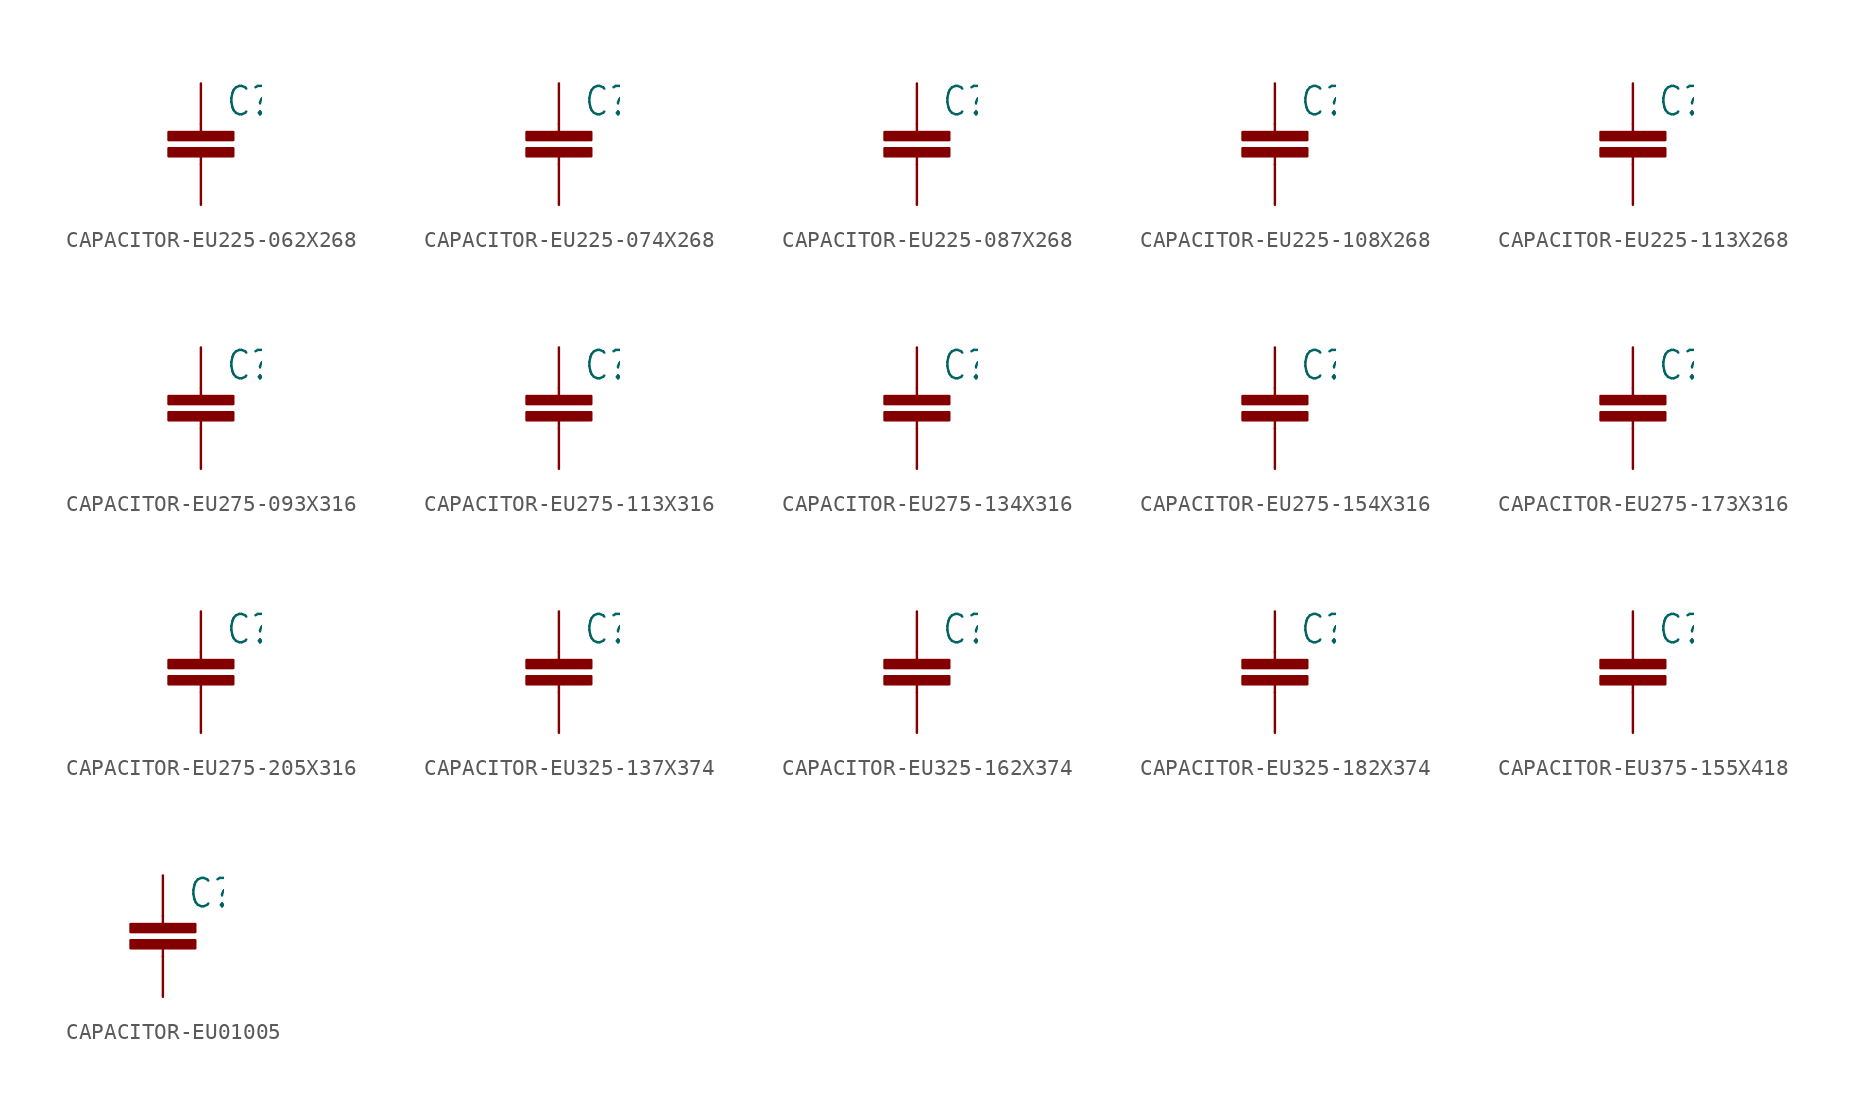
<source format=kicad_sym>
(kicad_symbol_lib
  (version 20231120)
  (generator "kicad_symbol_editor")
  (generator_version "8.0")
  (symbol "CAPACITOR-EU225-062X268"
    (property "Reference" "C"
      (at 1.524 0.381 0)
      (effects (font (size 1.778 1.511)) (justify left bottom)))
    (property "Value" ""
      (at 1.524 -4.699 0)
      (effects (font (size 1.778 1.511)) (justify left bottom)))
    (property "ki_locked" ""
      (at 0 0 0)
      (effects (font (size 1.27 1.27))))
    (symbol "CAPACITOR-EU225-062X268_1_0"
      (rectangle (start -2.032 -2.032) (end 2.032 -1.524) (stroke (width 0) (type default)) (fill (type outline)))
      (rectangle (start -2.032 -1.016) (end 2.032 -0.508) (stroke (width 0) (type default)) (fill (type outline)))
      (polyline (pts (xy 0 -2.54) (xy 0 -2.032)) (stroke (width 0.152) (type solid)) (fill (type none)))
      (polyline (pts (xy 0 0) (xy 0 -0.508)) (stroke (width 0.152) (type solid)) (fill (type none)))
      (pin passive line (at 0 2.54 270) (length 2.54) (name "1" (effects (font (size 0 0)))) (number "1" (effects (font (size 0 0)))))
      (pin passive line (at 0 -5.08 90) (length 2.54) (name "2" (effects (font (size 0 0)))) (number "2" (effects (font (size 0 0)))))))
  (symbol "CAPACITOR-EU225-074X268"
    (property "Reference" "C"
      (at 1.524 0.381 0)
      (effects (font (size 1.778 1.511)) (justify left bottom)))
    (property "Value" ""
      (at 1.524 -4.699 0)
      (effects (font (size 1.778 1.511)) (justify left bottom)))
    (property "ki_locked" ""
      (at 0 0 0)
      (effects (font (size 1.27 1.27))))
    (symbol "CAPACITOR-EU225-074X268_1_0"
      (rectangle (start -2.032 -2.032) (end 2.032 -1.524) (stroke (width 0) (type default)) (fill (type outline)))
      (rectangle (start -2.032 -1.016) (end 2.032 -0.508) (stroke (width 0) (type default)) (fill (type outline)))
      (polyline (pts (xy 0 -2.54) (xy 0 -2.032)) (stroke (width 0.152) (type solid)) (fill (type none)))
      (polyline (pts (xy 0 0) (xy 0 -0.508)) (stroke (width 0.152) (type solid)) (fill (type none)))
      (pin passive line (at 0 2.54 270) (length 2.54) (name "1" (effects (font (size 0 0)))) (number "1" (effects (font (size 0 0)))))
      (pin passive line (at 0 -5.08 90) (length 2.54) (name "2" (effects (font (size 0 0)))) (number "2" (effects (font (size 0 0)))))))
  (symbol "CAPACITOR-EU225-087X268"
    (property "Reference" "C"
      (at 1.524 0.381 0)
      (effects (font (size 1.778 1.511)) (justify left bottom)))
    (property "Value" ""
      (at 1.524 -4.699 0)
      (effects (font (size 1.778 1.511)) (justify left bottom)))
    (property "ki_locked" ""
      (at 0 0 0)
      (effects (font (size 1.27 1.27))))
    (symbol "CAPACITOR-EU225-087X268_1_0"
      (rectangle (start -2.032 -2.032) (end 2.032 -1.524) (stroke (width 0) (type default)) (fill (type outline)))
      (rectangle (start -2.032 -1.016) (end 2.032 -0.508) (stroke (width 0) (type default)) (fill (type outline)))
      (polyline (pts (xy 0 -2.54) (xy 0 -2.032)) (stroke (width 0.152) (type solid)) (fill (type none)))
      (polyline (pts (xy 0 0) (xy 0 -0.508)) (stroke (width 0.152) (type solid)) (fill (type none)))
      (pin passive line (at 0 2.54 270) (length 2.54) (name "1" (effects (font (size 0 0)))) (number "1" (effects (font (size 0 0)))))
      (pin passive line (at 0 -5.08 90) (length 2.54) (name "2" (effects (font (size 0 0)))) (number "2" (effects (font (size 0 0)))))))
  (symbol "CAPACITOR-EU225-108X268"
    (property "Reference" "C"
      (at 1.524 0.381 0)
      (effects (font (size 1.778 1.511)) (justify left bottom)))
    (property "Value" ""
      (at 1.524 -4.699 0)
      (effects (font (size 1.778 1.511)) (justify left bottom)))
    (property "ki_locked" ""
      (at 0 0 0)
      (effects (font (size 1.27 1.27))))
    (symbol "CAPACITOR-EU225-108X268_1_0"
      (rectangle (start -2.032 -2.032) (end 2.032 -1.524) (stroke (width 0) (type default)) (fill (type outline)))
      (rectangle (start -2.032 -1.016) (end 2.032 -0.508) (stroke (width 0) (type default)) (fill (type outline)))
      (polyline (pts (xy 0 -2.54) (xy 0 -2.032)) (stroke (width 0.152) (type solid)) (fill (type none)))
      (polyline (pts (xy 0 0) (xy 0 -0.508)) (stroke (width 0.152) (type solid)) (fill (type none)))
      (pin passive line (at 0 2.54 270) (length 2.54) (name "1" (effects (font (size 0 0)))) (number "1" (effects (font (size 0 0)))))
      (pin passive line (at 0 -5.08 90) (length 2.54) (name "2" (effects (font (size 0 0)))) (number "2" (effects (font (size 0 0)))))))
  (symbol "CAPACITOR-EU225-113X268"
    (property "Reference" "C"
      (at 1.524 0.381 0)
      (effects (font (size 1.778 1.511)) (justify left bottom)))
    (property "Value" ""
      (at 1.524 -4.699 0)
      (effects (font (size 1.778 1.511)) (justify left bottom)))
    (property "ki_locked" ""
      (at 0 0 0)
      (effects (font (size 1.27 1.27))))
    (symbol "CAPACITOR-EU225-113X268_1_0"
      (rectangle (start -2.032 -2.032) (end 2.032 -1.524) (stroke (width 0) (type default)) (fill (type outline)))
      (rectangle (start -2.032 -1.016) (end 2.032 -0.508) (stroke (width 0) (type default)) (fill (type outline)))
      (polyline (pts (xy 0 -2.54) (xy 0 -2.032)) (stroke (width 0.152) (type solid)) (fill (type none)))
      (polyline (pts (xy 0 0) (xy 0 -0.508)) (stroke (width 0.152) (type solid)) (fill (type none)))
      (pin passive line (at 0 2.54 270) (length 2.54) (name "1" (effects (font (size 0 0)))) (number "1" (effects (font (size 0 0)))))
      (pin passive line (at 0 -5.08 90) (length 2.54) (name "2" (effects (font (size 0 0)))) (number "2" (effects (font (size 0 0)))))))
  (symbol "CAPACITOR-EU275-093X316"
    (property "Reference" "C"
      (at 1.524 0.381 0)
      (effects (font (size 1.778 1.511)) (justify left bottom)))
    (property "Value" ""
      (at 1.524 -4.699 0)
      (effects (font (size 1.778 1.511)) (justify left bottom)))
    (property "ki_locked" ""
      (at 0 0 0)
      (effects (font (size 1.27 1.27))))
    (symbol "CAPACITOR-EU275-093X316_1_0"
      (rectangle (start -2.032 -2.032) (end 2.032 -1.524) (stroke (width 0) (type default)) (fill (type outline)))
      (rectangle (start -2.032 -1.016) (end 2.032 -0.508) (stroke (width 0) (type default)) (fill (type outline)))
      (polyline (pts (xy 0 -2.54) (xy 0 -2.032)) (stroke (width 0.152) (type solid)) (fill (type none)))
      (polyline (pts (xy 0 0) (xy 0 -0.508)) (stroke (width 0.152) (type solid)) (fill (type none)))
      (pin passive line (at 0 2.54 270) (length 2.54) (name "1" (effects (font (size 0 0)))) (number "1" (effects (font (size 0 0)))))
      (pin passive line (at 0 -5.08 90) (length 2.54) (name "2" (effects (font (size 0 0)))) (number "2" (effects (font (size 0 0)))))))
  (symbol "CAPACITOR-EU275-113X316"
    (property "Reference" "C"
      (at 1.524 0.381 0)
      (effects (font (size 1.778 1.511)) (justify left bottom)))
    (property "Value" ""
      (at 1.524 -4.699 0)
      (effects (font (size 1.778 1.511)) (justify left bottom)))
    (property "ki_locked" ""
      (at 0 0 0)
      (effects (font (size 1.27 1.27))))
    (symbol "CAPACITOR-EU275-113X316_1_0"
      (rectangle (start -2.032 -2.032) (end 2.032 -1.524) (stroke (width 0) (type default)) (fill (type outline)))
      (rectangle (start -2.032 -1.016) (end 2.032 -0.508) (stroke (width 0) (type default)) (fill (type outline)))
      (polyline (pts (xy 0 -2.54) (xy 0 -2.032)) (stroke (width 0.152) (type solid)) (fill (type none)))
      (polyline (pts (xy 0 0) (xy 0 -0.508)) (stroke (width 0.152) (type solid)) (fill (type none)))
      (pin passive line (at 0 2.54 270) (length 2.54) (name "1" (effects (font (size 0 0)))) (number "1" (effects (font (size 0 0)))))
      (pin passive line (at 0 -5.08 90) (length 2.54) (name "2" (effects (font (size 0 0)))) (number "2" (effects (font (size 0 0)))))))
  (symbol "CAPACITOR-EU275-134X316"
    (property "Reference" "C"
      (at 1.524 0.381 0)
      (effects (font (size 1.778 1.511)) (justify left bottom)))
    (property "Value" ""
      (at 1.524 -4.699 0)
      (effects (font (size 1.778 1.511)) (justify left bottom)))
    (property "ki_locked" ""
      (at 0 0 0)
      (effects (font (size 1.27 1.27))))
    (symbol "CAPACITOR-EU275-134X316_1_0"
      (rectangle (start -2.032 -2.032) (end 2.032 -1.524) (stroke (width 0) (type default)) (fill (type outline)))
      (rectangle (start -2.032 -1.016) (end 2.032 -0.508) (stroke (width 0) (type default)) (fill (type outline)))
      (polyline (pts (xy 0 -2.54) (xy 0 -2.032)) (stroke (width 0.152) (type solid)) (fill (type none)))
      (polyline (pts (xy 0 0) (xy 0 -0.508)) (stroke (width 0.152) (type solid)) (fill (type none)))
      (pin passive line (at 0 2.54 270) (length 2.54) (name "1" (effects (font (size 0 0)))) (number "1" (effects (font (size 0 0)))))
      (pin passive line (at 0 -5.08 90) (length 2.54) (name "2" (effects (font (size 0 0)))) (number "2" (effects (font (size 0 0)))))))
  (symbol "CAPACITOR-EU275-154X316"
    (property "Reference" "C"
      (at 1.524 0.381 0)
      (effects (font (size 1.778 1.511)) (justify left bottom)))
    (property "Value" ""
      (at 1.524 -4.699 0)
      (effects (font (size 1.778 1.511)) (justify left bottom)))
    (property "ki_locked" ""
      (at 0 0 0)
      (effects (font (size 1.27 1.27))))
    (symbol "CAPACITOR-EU275-154X316_1_0"
      (rectangle (start -2.032 -2.032) (end 2.032 -1.524) (stroke (width 0) (type default)) (fill (type outline)))
      (rectangle (start -2.032 -1.016) (end 2.032 -0.508) (stroke (width 0) (type default)) (fill (type outline)))
      (polyline (pts (xy 0 -2.54) (xy 0 -2.032)) (stroke (width 0.152) (type solid)) (fill (type none)))
      (polyline (pts (xy 0 0) (xy 0 -0.508)) (stroke (width 0.152) (type solid)) (fill (type none)))
      (pin passive line (at 0 2.54 270) (length 2.54) (name "1" (effects (font (size 0 0)))) (number "1" (effects (font (size 0 0)))))
      (pin passive line (at 0 -5.08 90) (length 2.54) (name "2" (effects (font (size 0 0)))) (number "2" (effects (font (size 0 0)))))))
  (symbol "CAPACITOR-EU275-173X316"
    (property "Reference" "C"
      (at 1.524 0.381 0)
      (effects (font (size 1.778 1.511)) (justify left bottom)))
    (property "Value" ""
      (at 1.524 -4.699 0)
      (effects (font (size 1.778 1.511)) (justify left bottom)))
    (property "ki_locked" ""
      (at 0 0 0)
      (effects (font (size 1.27 1.27))))
    (symbol "CAPACITOR-EU275-173X316_1_0"
      (rectangle (start -2.032 -2.032) (end 2.032 -1.524) (stroke (width 0) (type default)) (fill (type outline)))
      (rectangle (start -2.032 -1.016) (end 2.032 -0.508) (stroke (width 0) (type default)) (fill (type outline)))
      (polyline (pts (xy 0 -2.54) (xy 0 -2.032)) (stroke (width 0.152) (type solid)) (fill (type none)))
      (polyline (pts (xy 0 0) (xy 0 -0.508)) (stroke (width 0.152) (type solid)) (fill (type none)))
      (pin passive line (at 0 2.54 270) (length 2.54) (name "1" (effects (font (size 0 0)))) (number "1" (effects (font (size 0 0)))))
      (pin passive line (at 0 -5.08 90) (length 2.54) (name "2" (effects (font (size 0 0)))) (number "2" (effects (font (size 0 0)))))))
  (symbol "CAPACITOR-EU275-205X316"
    (property "Reference" "C"
      (at 1.524 0.381 0)
      (effects (font (size 1.778 1.511)) (justify left bottom)))
    (property "Value" ""
      (at 1.524 -4.699 0)
      (effects (font (size 1.778 1.511)) (justify left bottom)))
    (property "ki_locked" ""
      (at 0 0 0)
      (effects (font (size 1.27 1.27))))
    (symbol "CAPACITOR-EU275-205X316_1_0"
      (rectangle (start -2.032 -2.032) (end 2.032 -1.524) (stroke (width 0) (type default)) (fill (type outline)))
      (rectangle (start -2.032 -1.016) (end 2.032 -0.508) (stroke (width 0) (type default)) (fill (type outline)))
      (polyline (pts (xy 0 -2.54) (xy 0 -2.032)) (stroke (width 0.152) (type solid)) (fill (type none)))
      (polyline (pts (xy 0 0) (xy 0 -0.508)) (stroke (width 0.152) (type solid)) (fill (type none)))
      (pin passive line (at 0 2.54 270) (length 2.54) (name "1" (effects (font (size 0 0)))) (number "1" (effects (font (size 0 0)))))
      (pin passive line (at 0 -5.08 90) (length 2.54) (name "2" (effects (font (size 0 0)))) (number "2" (effects (font (size 0 0)))))))
  (symbol "CAPACITOR-EU325-137X374"
    (property "Reference" "C"
      (at 1.524 0.381 0)
      (effects (font (size 1.778 1.511)) (justify left bottom)))
    (property "Value" ""
      (at 1.524 -4.699 0)
      (effects (font (size 1.778 1.511)) (justify left bottom)))
    (property "ki_locked" ""
      (at 0 0 0)
      (effects (font (size 1.27 1.27))))
    (symbol "CAPACITOR-EU325-137X374_1_0"
      (rectangle (start -2.032 -2.032) (end 2.032 -1.524) (stroke (width 0) (type default)) (fill (type outline)))
      (rectangle (start -2.032 -1.016) (end 2.032 -0.508) (stroke (width 0) (type default)) (fill (type outline)))
      (polyline (pts (xy 0 -2.54) (xy 0 -2.032)) (stroke (width 0.152) (type solid)) (fill (type none)))
      (polyline (pts (xy 0 0) (xy 0 -0.508)) (stroke (width 0.152) (type solid)) (fill (type none)))
      (pin passive line (at 0 2.54 270) (length 2.54) (name "1" (effects (font (size 0 0)))) (number "1" (effects (font (size 0 0)))))
      (pin passive line (at 0 -5.08 90) (length 2.54) (name "2" (effects (font (size 0 0)))) (number "2" (effects (font (size 0 0)))))))
  (symbol "CAPACITOR-EU325-162X374"
    (property "Reference" "C"
      (at 1.524 0.381 0)
      (effects (font (size 1.778 1.511)) (justify left bottom)))
    (property "Value" ""
      (at 1.524 -4.699 0)
      (effects (font (size 1.778 1.511)) (justify left bottom)))
    (property "ki_locked" ""
      (at 0 0 0)
      (effects (font (size 1.27 1.27))))
    (symbol "CAPACITOR-EU325-162X374_1_0"
      (rectangle (start -2.032 -2.032) (end 2.032 -1.524) (stroke (width 0) (type default)) (fill (type outline)))
      (rectangle (start -2.032 -1.016) (end 2.032 -0.508) (stroke (width 0) (type default)) (fill (type outline)))
      (polyline (pts (xy 0 -2.54) (xy 0 -2.032)) (stroke (width 0.152) (type solid)) (fill (type none)))
      (polyline (pts (xy 0 0) (xy 0 -0.508)) (stroke (width 0.152) (type solid)) (fill (type none)))
      (pin passive line (at 0 2.54 270) (length 2.54) (name "1" (effects (font (size 0 0)))) (number "1" (effects (font (size 0 0)))))
      (pin passive line (at 0 -5.08 90) (length 2.54) (name "2" (effects (font (size 0 0)))) (number "2" (effects (font (size 0 0)))))))
  (symbol "CAPACITOR-EU325-182X374"
    (property "Reference" "C"
      (at 1.524 0.381 0)
      (effects (font (size 1.778 1.511)) (justify left bottom)))
    (property "Value" ""
      (at 1.524 -4.699 0)
      (effects (font (size 1.778 1.511)) (justify left bottom)))
    (property "ki_locked" ""
      (at 0 0 0)
      (effects (font (size 1.27 1.27))))
    (symbol "CAPACITOR-EU325-182X374_1_0"
      (rectangle (start -2.032 -2.032) (end 2.032 -1.524) (stroke (width 0) (type default)) (fill (type outline)))
      (rectangle (start -2.032 -1.016) (end 2.032 -0.508) (stroke (width 0) (type default)) (fill (type outline)))
      (polyline (pts (xy 0 -2.54) (xy 0 -2.032)) (stroke (width 0.152) (type solid)) (fill (type none)))
      (polyline (pts (xy 0 0) (xy 0 -0.508)) (stroke (width 0.152) (type solid)) (fill (type none)))
      (pin passive line (at 0 2.54 270) (length 2.54) (name "1" (effects (font (size 0 0)))) (number "1" (effects (font (size 0 0)))))
      (pin passive line (at 0 -5.08 90) (length 2.54) (name "2" (effects (font (size 0 0)))) (number "2" (effects (font (size 0 0)))))))
  (symbol "CAPACITOR-EU375-155X418"
    (property "Reference" "C"
      (at 1.524 0.381 0)
      (effects (font (size 1.778 1.511)) (justify left bottom)))
    (property "Value" ""
      (at 1.524 -4.699 0)
      (effects (font (size 1.778 1.511)) (justify left bottom)))
    (property "ki_locked" ""
      (at 0 0 0)
      (effects (font (size 1.27 1.27))))
    (symbol "CAPACITOR-EU375-155X418_1_0"
      (rectangle (start -2.032 -2.032) (end 2.032 -1.524) (stroke (width 0) (type default)) (fill (type outline)))
      (rectangle (start -2.032 -1.016) (end 2.032 -0.508) (stroke (width 0) (type default)) (fill (type outline)))
      (polyline (pts (xy 0 -2.54) (xy 0 -2.032)) (stroke (width 0.152) (type solid)) (fill (type none)))
      (polyline (pts (xy 0 0) (xy 0 -0.508)) (stroke (width 0.152) (type solid)) (fill (type none)))
      (pin passive line (at 0 2.54 270) (length 2.54) (name "1" (effects (font (size 0 0)))) (number "1" (effects (font (size 0 0)))))
      (pin passive line (at 0 -5.08 90) (length 2.54) (name "2" (effects (font (size 0 0)))) (number "2" (effects (font (size 0 0)))))))
  (symbol "CAPACITOR-EU01005"
    (property "Reference" "C"
      (at 1.524 0.381 0)
      (effects (font (size 1.778 1.511)) (justify left bottom)))
    (property "Value" ""
      (at 1.524 -4.699 0)
      (effects (font (size 1.778 1.511)) (justify left bottom)))
    (property "ki_locked" ""
      (at 0 0 0)
      (effects (font (size 1.27 1.27))))
    (symbol "CAPACITOR-EU01005_1_0"
      (rectangle (start -2.032 -2.032) (end 2.032 -1.524) (stroke (width 0) (type default)) (fill (type outline)))
      (rectangle (start -2.032 -1.016) (end 2.032 -0.508) (stroke (width 0) (type default)) (fill (type outline)))
      (polyline (pts (xy 0 -2.54) (xy 0 -2.032)) (stroke (width 0.152) (type solid)) (fill (type none)))
      (polyline (pts (xy 0 0) (xy 0 -0.508)) (stroke (width 0.152) (type solid)) (fill (type none)))
      (pin passive line (at 0 2.54 270) (length 2.54) (name "1" (effects (font (size 0 0)))) (number "1" (effects (font (size 0 0)))))
      (pin passive line (at 0 -5.08 90) (length 2.54) (name "2" (effects (font (size 0 0)))) (number "2" (effects (font (size 0 0))))))))
</source>
